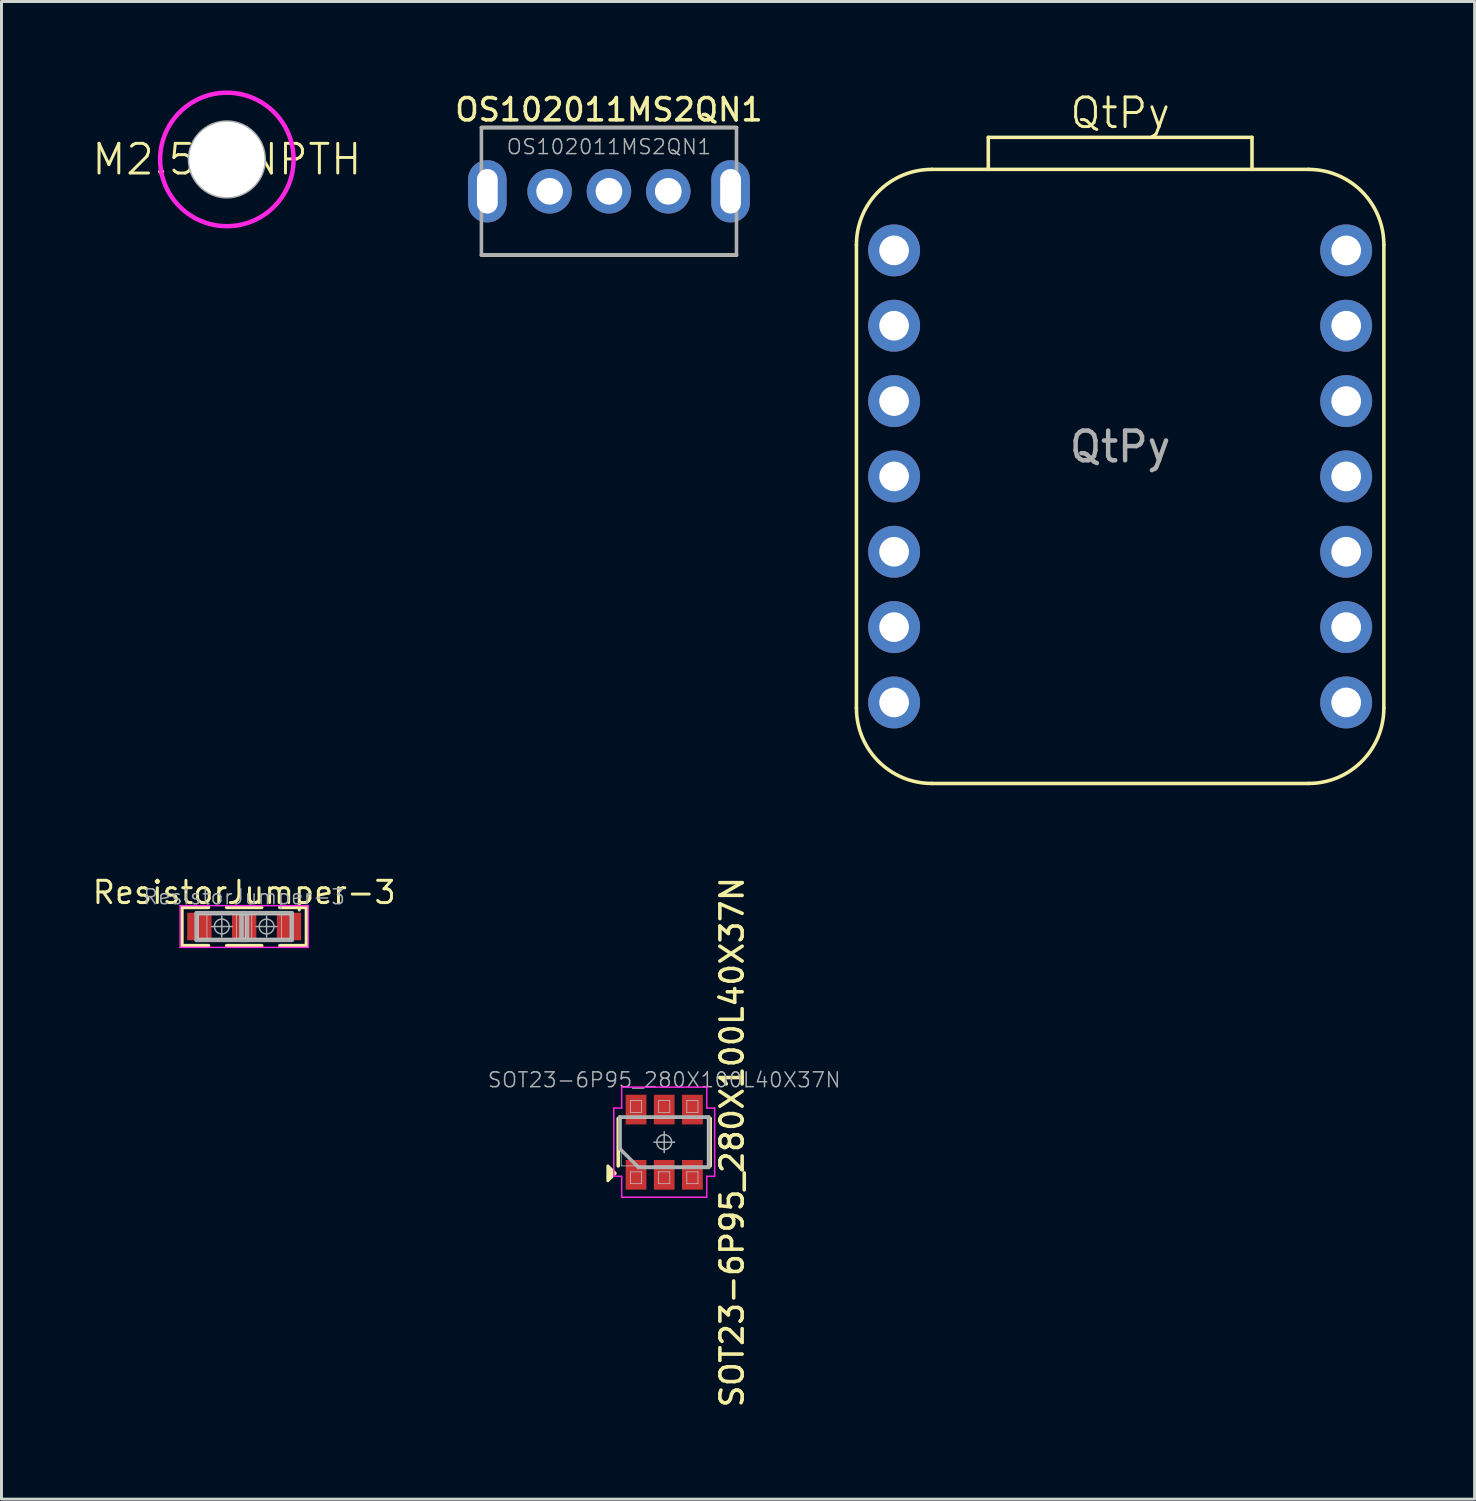
<source format=kicad_pcb>
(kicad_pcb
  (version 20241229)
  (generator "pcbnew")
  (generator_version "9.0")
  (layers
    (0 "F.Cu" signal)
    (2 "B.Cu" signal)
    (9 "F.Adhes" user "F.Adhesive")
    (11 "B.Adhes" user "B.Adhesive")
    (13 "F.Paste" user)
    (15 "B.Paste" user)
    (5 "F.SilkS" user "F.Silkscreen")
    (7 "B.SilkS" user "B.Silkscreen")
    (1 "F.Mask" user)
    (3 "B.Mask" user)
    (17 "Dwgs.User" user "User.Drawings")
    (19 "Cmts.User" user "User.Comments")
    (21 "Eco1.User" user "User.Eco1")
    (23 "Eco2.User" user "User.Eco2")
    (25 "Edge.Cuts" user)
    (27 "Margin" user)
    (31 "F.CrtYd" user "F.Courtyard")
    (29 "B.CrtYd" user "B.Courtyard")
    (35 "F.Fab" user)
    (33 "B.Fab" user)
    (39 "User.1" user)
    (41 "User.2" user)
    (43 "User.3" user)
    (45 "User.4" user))
  (footprint "M2.54_NPTH"
    (layer "F.Cu")
    (at 4.598 2.325)
    (property "Reference" "M2.54_NPTH" (at 0 0 0) (unlocked yes) (layer "F.SilkS") (effects (font (size 1 1) (thickness 0.1))))
    (attr through_hole)
    (fp_circle (center 0 0) (end 2.25 0) (stroke (width 0.15) (type default)) (fill no) (layer "F.CrtYd"))
    (fp_circle (center 0 0) (end 0 -1.27) (stroke (width 0.1) (type default)) (fill no) (layer "F.Fab"))
    (pad "" np_thru_hole circle (at 0 0) (size 2.54 2.54) (drill 2.54) (layers "*.Cu" "*.Mask")))
  (footprint "QtPy"
    (layer "F.Cu")
    (at 34.712 13.011)
    (property "Reference" "QtPy" (at 0 -12.25 0) (unlocked yes) (layer "F.SilkS") (effects (font (size 1 1) (thickness 0.1))))
    (attr through_hole)
    (fp_line (start -8.89 7.811) (end -8.89 -7.811) (stroke (width 0.12) (type solid)) (layer "F.SilkS"))
    (fp_line (start -6.35 -10.351) (end 6.35 -10.351) (stroke (width 0.12) (type solid)) (layer "F.SilkS"))
    (fp_line (start -4.445 -10.351) (end -4.445 -11.43) (stroke (width 0.12) (type solid)) (layer "F.SilkS"))
    (fp_line (start 4.445 -11.43) (end -4.445 -11.43) (stroke (width 0.12) (type solid)) (layer "F.SilkS"))
    (fp_line (start 4.445 -10.351) (end 4.445 -11.43) (stroke (width 0.12) (type solid)) (layer "F.SilkS"))
    (fp_line (start 6.35 10.351) (end -6.35 10.351) (stroke (width 0.12) (type solid)) (layer "F.SilkS"))
    (fp_line (start 8.89 -7.811) (end 8.89 7.811) (stroke (width 0.12) (type solid)) (layer "F.SilkS"))
    (fp_arc (start -8.89 -7.8105) (mid -8.146051 -9.606551) (end -6.35 -10.3505) (stroke (width 0.12) (type solid)) (layer "F.SilkS"))
    (fp_arc (start -6.35 10.3505) (mid -8.146051 9.606551) (end -8.89 7.8105) (stroke (width 0.12) (type solid)) (layer "F.SilkS"))
    (fp_arc (start 6.35 -10.3505) (mid 8.146051 -9.606551) (end 8.89 -7.8105) (stroke (width 0.12) (type solid)) (layer "F.SilkS"))
    (fp_arc (start 8.89 7.8105) (mid 8.146051 9.606551) (end 6.35 10.3505) (stroke (width 0.12) (type solid)) (layer "F.SilkS"))
    (fp_text user "${REFERENCE}" (at 0 -1 0) (unlocked yes) (layer "F.Fab") (effects (font (size 1 1) (thickness 0.15))))
    (pad "1" thru_hole circle (at -7.62 -7.62) (size 1.75 1.75) (drill 1) (layers "*.Cu" "*.Mask"))
    (pad "2" thru_hole circle (at -7.62 -5.08) (size 1.75 1.75) (drill 1) (layers "*.Cu" "*.Mask"))
    (pad "3" thru_hole circle (at -7.62 -2.54) (size 1.75 1.75) (drill 1) (layers "*.Cu" "*.Mask"))
    (pad "4" thru_hole circle (at -7.62 0) (size 1.75 1.75) (drill 1) (layers "*.Cu" "*.Mask"))
    (pad "5" thru_hole circle (at -7.62 2.54) (size 1.75 1.75) (drill 1) (layers "*.Cu" "*.Mask"))
    (pad "6" thru_hole circle (at -7.62 5.08) (size 1.75 1.75) (drill 1) (layers "*.Cu" "*.Mask"))
    (pad "7" thru_hole circle (at -7.62 7.62) (size 1.75 1.75) (drill 1) (layers "*.Cu" "*.Mask"))
    (pad "8" thru_hole circle (at 7.62 7.62) (size 1.75 1.75) (drill 1) (layers "*.Cu" "*.Mask"))
    (pad "9" thru_hole circle (at 7.62 5.08) (size 1.75 1.75) (drill 1) (layers "*.Cu" "*.Mask"))
    (pad "10" thru_hole circle (at 7.62 2.54) (size 1.75 1.75) (drill 1) (layers "*.Cu" "*.Mask"))
    (pad "11" thru_hole circle (at 7.62 0) (size 1.75 1.75) (drill 1) (layers "*.Cu" "*.Mask"))
    (pad "12" thru_hole circle (at 7.62 -2.54) (size 1.75 1.75) (drill 1) (layers "*.Cu" "*.Mask"))
    (pad "13" thru_hole circle (at 7.62 -5.08) (size 1.75 1.75) (drill 1) (layers "*.Cu" "*.Mask"))
    (pad "14" thru_hole circle (at 7.62 -7.62) (size 1.75 1.75) (drill 1) (layers "*.Cu" "*.Mask")))
  (footprint "SOT23-6P95_280X100L40X37N"
    (layer "F.Cu")
    (at 19.342 35.455)
    (property "Reference" "SOT23-6P95_280X100L40X37N" (at 2.286 0 270) (layer "F.SilkS") (effects (font (size 0.75 0.75) (thickness 0.12))))
    (attr smd)
    (fp_line (start -1.55 0.8) (end -1.55 -0.8) (stroke (width 0.12) (type solid)) (layer "F.SilkS"))
    (fp_line (start 1.55 -0.8) (end 1.55 0.8) (stroke (width 0.12) (type solid)) (layer "F.SilkS"))
    (fp_poly (pts (xy -1.65 1.05) (xy -1.9 1.3) (xy -1.9 0.8)) (stroke (width 0.1) (type solid)) (fill yes) (layer "F.SilkS"))
    (fp_line (start -1.45 -0.8) (end 1.45 -0.8) (stroke (width 0.025) (type solid)) (layer "Dwgs.User"))
    (fp_line (start -1.45 0.8) (end -1.45 -0.8) (stroke (width 0.025) (type solid)) (layer "Dwgs.User"))
    (fp_line (start -1.138 -1.4) (end -0.762 -1.4) (stroke (width 0.025) (type solid)) (layer "Dwgs.User"))
    (fp_line (start -1.138 -1) (end -1.138 -1.4) (stroke (width 0.025) (type solid)) (layer "Dwgs.User"))
    (fp_line (start -1.138 1) (end -0.762 1) (stroke (width 0.025) (type solid)) (layer "Dwgs.User"))
    (fp_line (start -1.138 1.4) (end -1.138 1) (stroke (width 0.025) (type solid)) (layer "Dwgs.User"))
    (fp_line (start -0.762 -1.4) (end -0.762 -1) (stroke (width 0.025) (type solid)) (layer "Dwgs.User"))
    (fp_line (start -0.762 -1) (end -1.138 -1) (stroke (width 0.025) (type solid)) (layer "Dwgs.User"))
    (fp_line (start -0.762 1) (end -0.762 1.4) (stroke (width 0.025) (type solid)) (layer "Dwgs.User"))
    (fp_line (start -0.762 1.4) (end -1.138 1.4) (stroke (width 0.025) (type solid)) (layer "Dwgs.User"))
    (fp_line (start -0.188 -1.4) (end 0.188 -1.4) (stroke (width 0.025) (type solid)) (layer "Dwgs.User"))
    (fp_line (start -0.188 -1) (end -0.188 -1.4) (stroke (width 0.025) (type solid)) (layer "Dwgs.User"))
    (fp_line (start -0.188 1) (end 0.188 1) (stroke (width 0.025) (type solid)) (layer "Dwgs.User"))
    (fp_line (start -0.188 1.4) (end -0.188 1) (stroke (width 0.025) (type solid)) (layer "Dwgs.User"))
    (fp_line (start 0.188 -1.4) (end 0.188 -1) (stroke (width 0.025) (type solid)) (layer "Dwgs.User"))
    (fp_line (start 0.188 -1) (end -0.188 -1) (stroke (width 0.025) (type solid)) (layer "Dwgs.User"))
    (fp_line (start 0.188 1) (end 0.188 1.4) (stroke (width 0.025) (type solid)) (layer "Dwgs.User"))
    (fp_line (start 0.188 1.4) (end -0.188 1.4) (stroke (width 0.025) (type solid)) (layer "Dwgs.User"))
    (fp_line (start 0.762 -1.4) (end 1.138 -1.4) (stroke (width 0.025) (type solid)) (layer "Dwgs.User"))
    (fp_line (start 0.762 -1) (end 0.762 -1.4) (stroke (width 0.025) (type solid)) (layer "Dwgs.User"))
    (fp_line (start 0.762 1) (end 1.138 1) (stroke (width 0.025) (type solid)) (layer "Dwgs.User"))
    (fp_line (start 0.762 1.4) (end 0.762 1) (stroke (width 0.025) (type solid)) (layer "Dwgs.User"))
    (fp_line (start 1.138 -1.4) (end 1.138 -1) (stroke (width 0.025) (type solid)) (layer "Dwgs.User"))
    (fp_line (start 1.138 -1) (end 0.762 -1) (stroke (width 0.025) (type solid)) (layer "Dwgs.User"))
    (fp_line (start 1.138 1) (end 1.138 1.4) (stroke (width 0.025) (type solid)) (layer "Dwgs.User"))
    (fp_line (start 1.138 1.4) (end 0.762 1.4) (stroke (width 0.025) (type solid)) (layer "Dwgs.User"))
    (fp_line (start 1.45 -0.8) (end 1.45 0.8) (stroke (width 0.025) (type solid)) (layer "Dwgs.User"))
    (fp_line (start 1.45 0.8) (end -1.45 0.8) (stroke (width 0.025) (type solid)) (layer "Dwgs.User"))
    (fp_line (start -1.7 -1.15) (end -1.7 1.15) (stroke (width 0.05) (type solid)) (layer "F.CrtYd"))
    (fp_line (start -1.7 1.15) (end -1.434 1.15) (stroke (width 0.05) (type solid)) (layer "F.CrtYd"))
    (fp_line (start -1.434 -1.856) (end -1.434 -1.15) (stroke (width 0.05) (type solid)) (layer "F.CrtYd"))
    (fp_line (start -1.434 -1.15) (end -1.7 -1.15) (stroke (width 0.05) (type solid)) (layer "F.CrtYd"))
    (fp_line (start -1.434 1.15) (end -1.434 1.856) (stroke (width 0.05) (type solid)) (layer "F.CrtYd"))
    (fp_line (start -1.434 1.856) (end 1.434 1.856) (stroke (width 0.05) (type solid)) (layer "F.CrtYd"))
    (fp_line (start 1.434 -1.856) (end -1.434 -1.856) (stroke (width 0.05) (type solid)) (layer "F.CrtYd"))
    (fp_line (start 1.434 -1.15) (end 1.434 -1.856) (stroke (width 0.05) (type solid)) (layer "F.CrtYd"))
    (fp_line (start 1.434 1.15) (end 1.7 1.15) (stroke (width 0.05) (type solid)) (layer "F.CrtYd"))
    (fp_line (start 1.434 1.856) (end 1.434 1.15) (stroke (width 0.05) (type solid)) (layer "F.CrtYd"))
    (fp_line (start 1.7 -1.15) (end 1.434 -1.15) (stroke (width 0.05) (type solid)) (layer "F.CrtYd"))
    (fp_line (start 1.7 1.15) (end 1.7 -1.15) (stroke (width 0.05) (type solid)) (layer "F.CrtYd"))
    (fp_line (start -1.5 -0.85) (end 1.5 -0.85) (stroke (width 0.12) (type solid)) (layer "F.Fab"))
    (fp_line (start -1.5 0.217) (end -1.5 -0.85) (stroke (width 0.12) (type solid)) (layer "F.Fab"))
    (fp_line (start -0.867 0.85) (end -1.5 0.217) (stroke (width 0.12) (type solid)) (layer "F.Fab"))
    (fp_line (start -0.35 0) (end 0.35 0) (stroke (width 0.05) (type solid)) (layer "F.Fab"))
    (fp_line (start 0 -0.35) (end 0 0.35) (stroke (width 0.05) (type solid)) (layer "F.Fab"))
    (fp_line (start 1.5 -0.85) (end 1.5 0.85) (stroke (width 0.12) (type solid)) (layer "F.Fab"))
    (fp_line (start 1.5 0.85) (end -0.867 0.85) (stroke (width 0.12) (type solid)) (layer "F.Fab"))
    (fp_circle (center 0 0) (end 0.25 0) (stroke (width 0.05) (type solid)) (fill no) (layer "F.Fab"))
    (fp_text user "${REFERENCE}" (at 0 -2.1 0) (layer "F.Fab") (effects (font (size 0.5 0.5) (thickness 0.05))))
    (pad "1" smd rect (at -0.95 1.1 180) (size 0.7 1) (layers "F.Cu" "F.Mask" "F.Paste"))
    (pad "2" smd rect (at 0 1.1 180) (size 0.7 1) (layers "F.Cu" "F.Mask" "F.Paste"))
    (pad "3" smd rect (at 0.95 1.1 180) (size 0.7 1) (layers "F.Cu" "F.Mask" "F.Paste"))
    (pad "4" smd rect (at 0.95 -1.1 180) (size 0.7 1) (layers "F.Cu" "F.Mask" "F.Paste"))
    (pad "5" smd rect (at 0 -1.1 180) (size 0.7 1) (layers "F.Cu" "F.Mask" "F.Paste"))
    (pad "6" smd rect (at -0.95 -1.1 180) (size 0.7 1) (layers "F.Cu" "F.Mask" "F.Paste")))
  (footprint "OS102011MS2QN1"
    (layer "F.Cu")
    (at 17.479 3.399)
    (property "Reference" "OS102011MS2QN1" (at 0 -2.75 0) (unlocked yes) (layer "F.SilkS") (effects (font (size 0.75 0.75) (thickness 0.12))))
    (attr through_hole)
    (fp_line (start 4.3 -2.15) (end -4.3 -2.15) (stroke (width 0.12) (type default)) (layer "F.SilkS"))
    (fp_line (start 4.3 2.15) (end -4.3 2.15) (stroke (width 0.12) (type default)) (layer "F.SilkS"))
    (fp_rect (start -4.3 -2.15) (end 4.3 2.15) (stroke (width 0.12) (type default)) (fill no) (layer "F.Fab"))
    (fp_text user "${REFERENCE}" (at 0 -1.5 0) (unlocked yes) (layer "F.Fab") (effects (font (size 0.5 0.5) (thickness 0.05))))
    (pad "" thru_hole oval (at -4.1 0) (size 1.3 2.1) (drill oval 0.7 1.5) (layers "*.Cu" "*.Mask"))
    (pad "" thru_hole oval (at 4.1 0) (size 1.3 2.1) (drill oval 0.7 1.5) (layers "*.Cu" "*.Mask"))
    (pad "1" thru_hole circle (at -2 0) (size 1.5 1.5) (drill 0.9) (layers "*.Cu" "*.Mask"))
    (pad "2" thru_hole circle (at 0 0) (size 1.5 1.5) (drill 0.9) (layers "*.Cu" "*.Mask"))
    (pad "3" thru_hole circle (at 2 0) (size 1.5 1.5) (drill 0.9) (layers "*.Cu" "*.Mask")))
  (footprint "ResistorJumper-3"
    (layer "F.Cu")
    (at 5.182 28.185)
    (property "Reference" "ResistorJumper-3" (at 0 -1.15 0) (unlocked yes) (layer "F.SilkS") (effects (font (size 0.75 0.75) (thickness 0.1))))
    (attr smd)
    (fp_line (start -2.1 -0.645) (end -1.203 -0.645) (stroke (width 0.12) (type solid)) (layer "F.SilkS"))
    (fp_line (start -2.1 0.645) (end -2.1 -0.645) (stroke (width 0.12) (type solid)) (layer "F.SilkS"))
    (fp_line (start -1.203 0.645) (end -2.1 0.645) (stroke (width 0.12) (type solid)) (layer "F.SilkS"))
    (fp_line (start -0.59 0.645) (end 0.59 0.645) (stroke (width 0.12) (type solid)) (layer "F.SilkS"))
    (fp_line (start 0.59 -0.645) (end -0.59 -0.645) (stroke (width 0.12) (type solid)) (layer "F.SilkS"))
    (fp_line (start 1.203 -0.645) (end 2.1 -0.645) (stroke (width 0.12) (type solid)) (layer "F.SilkS"))
    (fp_line (start 2.1 -0.645) (end 2.1 0.645) (stroke (width 0.12) (type solid)) (layer "F.SilkS"))
    (fp_line (start 2.1 0.645) (end 1.203 0.645) (stroke (width 0.12) (type solid)) (layer "F.SilkS"))
    (fp_line (start -1.555 -0.4) (end -1.255 -0.4) (stroke (width 0.025) (type solid)) (layer "Dwgs.User"))
    (fp_line (start -1.555 -0.4) (end 0.045 -0.4) (stroke (width 0.025) (type solid)) (layer "Dwgs.User"))
    (fp_line (start -1.555 0.4) (end -1.555 -0.4) (stroke (width 0.025) (type solid)) (layer "Dwgs.User"))
    (fp_line (start -1.555 0.4) (end -1.555 -0.4) (stroke (width 0.025) (type solid)) (layer "Dwgs.User"))
    (fp_line (start -1.255 -0.4) (end -1.255 0.4) (stroke (width 0.025) (type solid)) (layer "Dwgs.User"))
    (fp_line (start -1.255 0.4) (end -1.555 0.4) (stroke (width 0.025) (type solid)) (layer "Dwgs.User"))
    (fp_line (start -0.255 -0.4) (end 0.045 -0.4) (stroke (width 0.025) (type solid)) (layer "Dwgs.User"))
    (fp_line (start -0.255 0.4) (end -0.255 -0.4) (stroke (width 0.025) (type solid)) (layer "Dwgs.User"))
    (fp_line (start -0.045 -0.4) (end 1.555 -0.4) (stroke (width 0.025) (type solid)) (layer "Dwgs.User"))
    (fp_line (start -0.045 0.4) (end -0.045 -0.4) (stroke (width 0.025) (type solid)) (layer "Dwgs.User"))
    (fp_line (start 0.045 -0.4) (end 0.045 0.4) (stroke (width 0.025) (type solid)) (layer "Dwgs.User"))
    (fp_line (start 0.045 -0.4) (end 0.045 0.4) (stroke (width 0.025) (type solid)) (layer "Dwgs.User"))
    (fp_line (start 0.045 0.4) (end -1.555 0.4) (stroke (width 0.025) (type solid)) (layer "Dwgs.User"))
    (fp_line (start 0.045 0.4) (end -0.255 0.4) (stroke (width 0.025) (type solid)) (layer "Dwgs.User"))
    (fp_line (start 0.255 -0.4) (end 0.255 0.4) (stroke (width 0.025) (type solid)) (layer "Dwgs.User"))
    (fp_line (start 1.255 -0.4) (end 1.555 -0.4) (stroke (width 0.025) (type solid)) (layer "Dwgs.User"))
    (fp_line (start 1.255 0.4) (end 1.255 -0.4) (stroke (width 0.025) (type solid)) (layer "Dwgs.User"))
    (fp_line (start 1.555 -0.4) (end 1.555 0.4) (stroke (width 0.025) (type solid)) (layer "Dwgs.User"))
    (fp_line (start 1.555 0.4) (end -0.045 0.4) (stroke (width 0.025) (type solid)) (layer "Dwgs.User"))
    (fp_line (start -2.16 -0.704) (end 2.16 -0.704) (stroke (width 0.05) (type solid)) (layer "F.CrtYd"))
    (fp_line (start -2.16 0.704) (end -2.16 -0.704) (stroke (width 0.05) (type solid)) (layer "F.CrtYd"))
    (fp_line (start 2.16 -0.704) (end 2.16 0.704) (stroke (width 0.05) (type solid)) (layer "F.CrtYd"))
    (fp_line (start 2.16 0.704) (end -2.16 0.704) (stroke (width 0.05) (type solid)) (layer "F.CrtYd"))
    (fp_line (start -1.605 -0.45) (end 0.095 -0.45) (stroke (width 0.15) (type solid)) (layer "F.Fab"))
    (fp_line (start -1.605 0.45) (end -1.605 -0.45) (stroke (width 0.15) (type solid)) (layer "F.Fab"))
    (fp_line (start -0.755 -0.35) (end -0.755 0.35) (stroke (width 0.05) (type solid)) (layer "F.Fab"))
    (fp_line (start -0.405 0) (end -1.105 0) (stroke (width 0.05) (type solid)) (layer "F.Fab"))
    (fp_line (start -0.095 -0.45) (end 1.605 -0.45) (stroke (width 0.15) (type solid)) (layer "F.Fab"))
    (fp_line (start -0.095 0.45) (end -0.095 -0.45) (stroke (width 0.15) (type solid)) (layer "F.Fab"))
    (fp_line (start 0.095 -0.45) (end 0.095 0.45) (stroke (width 0.15) (type solid)) (layer "F.Fab"))
    (fp_line (start 0.095 0.45) (end -1.605 0.45) (stroke (width 0.15) (type solid)) (layer "F.Fab"))
    (fp_line (start 0.755 -0.35) (end 0.755 0.35) (stroke (width 0.05) (type solid)) (layer "F.Fab"))
    (fp_line (start 1.105 0) (end 0.405 0) (stroke (width 0.05) (type solid)) (layer "F.Fab"))
    (fp_line (start 1.605 -0.45) (end 1.605 0.45) (stroke (width 0.15) (type solid)) (layer "F.Fab"))
    (fp_line (start 1.605 0.45) (end -0.095 0.45) (stroke (width 0.15) (type solid)) (layer "F.Fab"))
    (fp_circle (center -0.755 0) (end -0.505 0) (stroke (width 0.05) (type solid)) (fill no) (layer "F.Fab"))
    (fp_circle (center 0.755 0) (end 1.005 0) (stroke (width 0.05) (type solid)) (fill no) (layer "F.Fab"))
    (fp_text user "${REFERENCE}" (at 0 -1 0) (unlocked yes) (layer "F.Fab") (effects (font (size 0.5 0.5) (thickness 0.05))))
    (pad "1" smd rect (at -1.51 0) (size 0.82 0.929) (layers "F.Cu" "F.Mask" "F.Paste"))
    (pad "2" smd rect (at 0 0) (size 0.82 0.929) (layers "F.Cu" "F.Mask" "F.Paste"))
    (pad "3" smd rect (at 1.51 0) (size 0.82 0.929) (layers "F.Cu" "F.Mask" "F.Paste")))
  (gr_rect
    (start -3 -3)
    (end 46.662 47.488)
    (stroke (width 0.1) (type default))
    (fill no)
    (layer "Edge.Cuts")))
</source>
